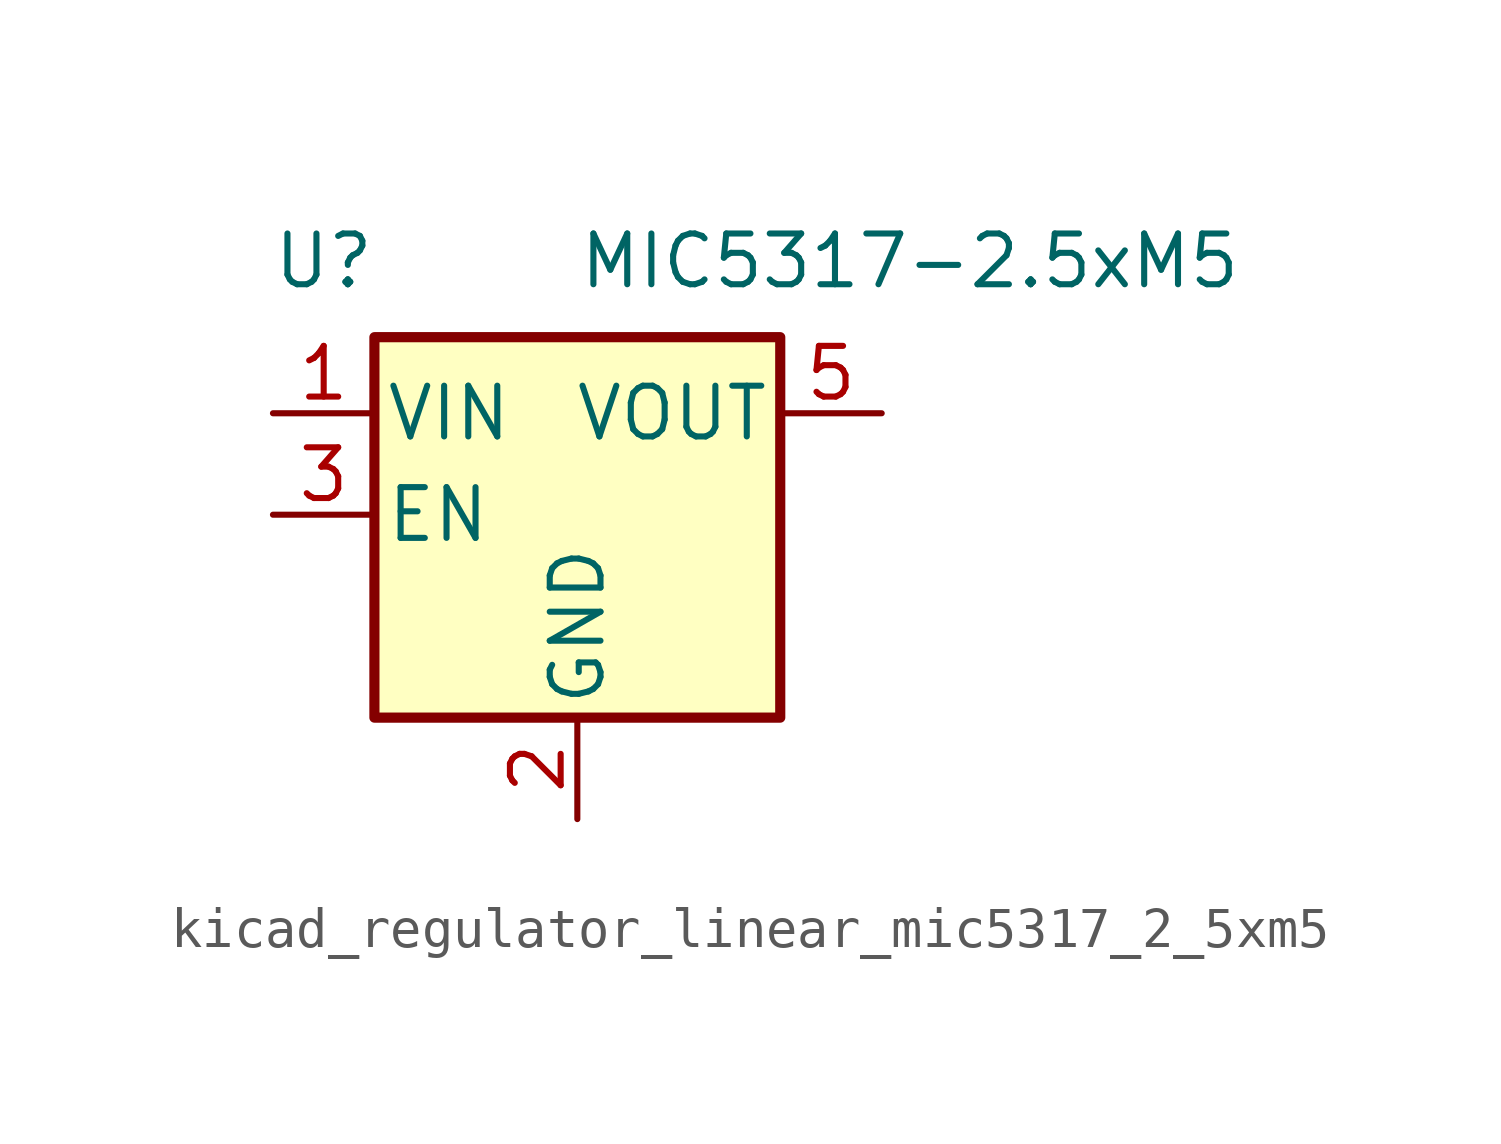
<source format=kicad_sym>
(kicad_symbol_lib
  (version 20220914)
  (generator kicad_symbol_editor)
  (symbol "kicad_regulator_linear_mic5317_2_5xm5"
    (pin_names
      (offset 0.254))
    (property "Reference" "U"
      (at -6.35 6.35 0)
      (effects (font (size 1.27 1.27))))
    (property "Value" "MIC5317-2.5xM5"
      (at 0 6.35 0)
      (effects (font (size 1.27 1.27)) (justify left)))
    (symbol "kicad_regulator_linear_mic5317_2_5xm5_0_1"
      (rectangle (start -5.08 4.445) (end 5.08 -5.08) (stroke (width 0.254) (type default)) (fill (type background))))
    (symbol "kicad_regulator_linear_mic5317_2_5xm5_1_1"
      (pin power_in line (at -7.62 2.54 0) (length 2.54) (name "VIN" (effects (font (size 1.27 1.27)))) (number "1" (effects (font (size 1.27 1.27)))))
      (pin power_in line (at 0 -7.62 90) (length 2.54) (name "GND" (effects (font (size 1.27 1.27)))) (number "2" (effects (font (size 1.27 1.27)))))
      (pin input line (at -7.62 0 0) (length 2.54) (name "EN" (effects (font (size 1.27 1.27)))) (number "3" (effects (font (size 1.27 1.27)))))
      (pin no_connect line (at 5.08 0 180) (length 2.54) hide (name "NC" (effects (font (size 1.27 1.27)))) (number "4" (effects (font (size 1.27 1.27)))))
      (pin power_out line (at 7.62 2.54 180) (length 2.54) (name "VOUT" (effects (font (size 1.27 1.27)))) (number "5" (effects (font (size 1.27 1.27))))))))
</source>
